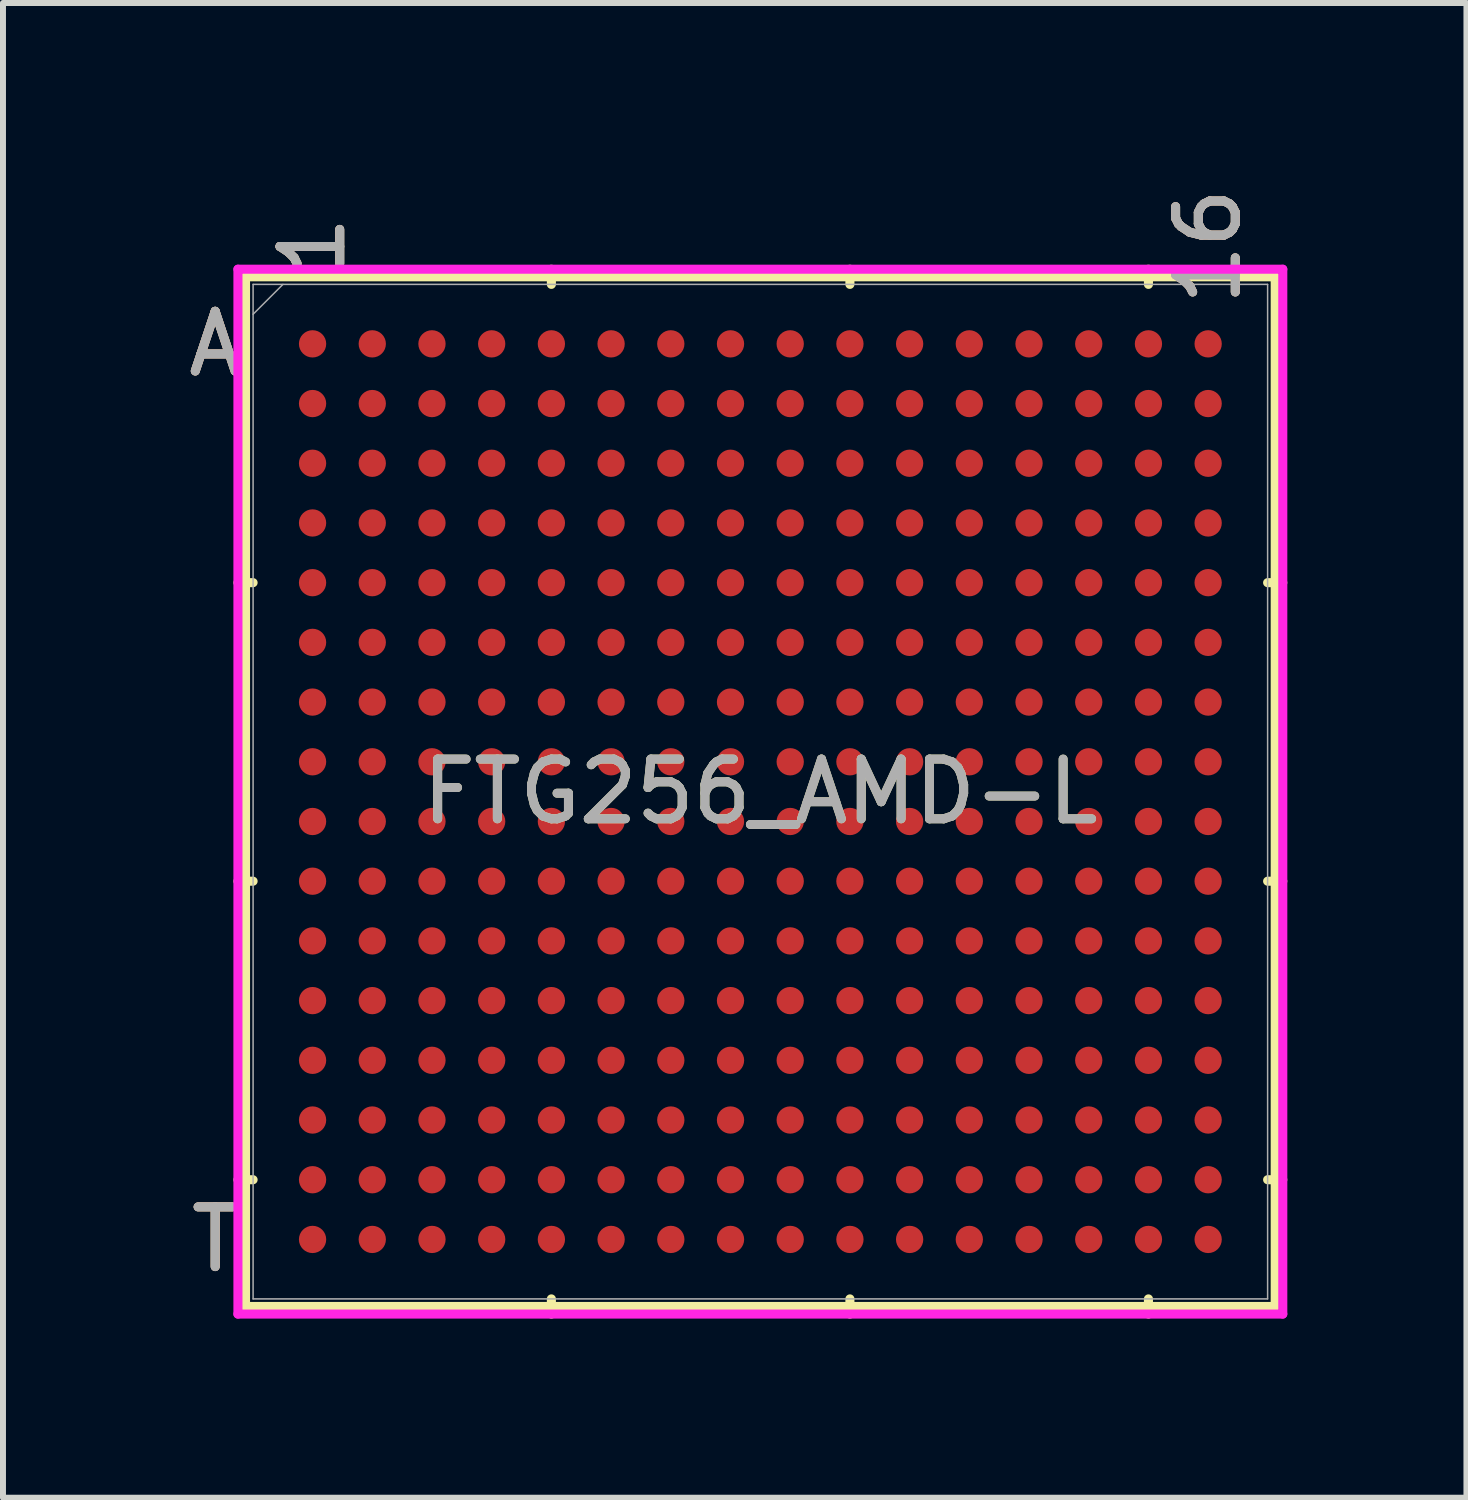
<source format=kicad_pcb>
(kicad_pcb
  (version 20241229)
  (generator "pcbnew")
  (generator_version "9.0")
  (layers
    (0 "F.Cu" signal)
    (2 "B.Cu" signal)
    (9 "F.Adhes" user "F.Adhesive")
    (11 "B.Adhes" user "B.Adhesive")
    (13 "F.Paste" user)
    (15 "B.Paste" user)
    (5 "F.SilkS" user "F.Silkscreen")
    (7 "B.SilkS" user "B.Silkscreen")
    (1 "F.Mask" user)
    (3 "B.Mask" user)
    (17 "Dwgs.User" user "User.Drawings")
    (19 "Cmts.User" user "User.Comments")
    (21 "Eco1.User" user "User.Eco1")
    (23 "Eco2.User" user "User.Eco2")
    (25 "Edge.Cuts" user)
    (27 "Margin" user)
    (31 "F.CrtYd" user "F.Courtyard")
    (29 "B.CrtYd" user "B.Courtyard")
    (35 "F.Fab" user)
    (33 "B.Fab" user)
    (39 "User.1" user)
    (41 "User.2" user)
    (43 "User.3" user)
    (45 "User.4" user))
  (footprint "FTG256_AMD-L"
    (layer "F.Cu")
    (at 9.685 10.209)
    (property "Reference" "FTG256_AMD-L" (at 0 0 0) (unlocked yes) (layer "F.SilkS") (effects (font (size 1 1) (thickness 0.15))))
    (attr smd)
    (fp_line (start -8.623 -8.623) (end -8.623 8.623) (stroke (width 0.152) (type solid)) (layer "F.SilkS"))
    (fp_line (start -8.623 8.623) (end 8.623 8.623) (stroke (width 0.152) (type solid)) (layer "F.SilkS"))
    (fp_line (start -8.496 -3.5) (end -8.75 -3.5) (stroke (width 0.152) (type solid)) (layer "F.SilkS"))
    (fp_line (start -8.496 1.5) (end -8.75 1.5) (stroke (width 0.152) (type solid)) (layer "F.SilkS"))
    (fp_line (start -8.496 6.5) (end -8.75 6.5) (stroke (width 0.152) (type solid)) (layer "F.SilkS"))
    (fp_line (start -3.5 -8.496) (end -3.5 -8.75) (stroke (width 0.152) (type solid)) (layer "F.SilkS"))
    (fp_line (start -3.5 8.496) (end -3.5 8.75) (stroke (width 0.152) (type solid)) (layer "F.SilkS"))
    (fp_line (start 1.5 -8.496) (end 1.5 -8.75) (stroke (width 0.152) (type solid)) (layer "F.SilkS"))
    (fp_line (start 1.5 8.496) (end 1.5 8.75) (stroke (width 0.152) (type solid)) (layer "F.SilkS"))
    (fp_line (start 6.5 -8.496) (end 6.5 -8.75) (stroke (width 0.152) (type solid)) (layer "F.SilkS"))
    (fp_line (start 6.5 8.496) (end 6.5 8.75) (stroke (width 0.152) (type solid)) (layer "F.SilkS"))
    (fp_line (start 8.496 -3.5) (end 8.75 -3.5) (stroke (width 0.152) (type solid)) (layer "F.SilkS"))
    (fp_line (start 8.496 1.5) (end 8.75 1.5) (stroke (width 0.152) (type solid)) (layer "F.SilkS"))
    (fp_line (start 8.496 6.5) (end 8.75 6.5) (stroke (width 0.152) (type solid)) (layer "F.SilkS"))
    (fp_line (start 8.623 -8.623) (end -8.623 -8.623) (stroke (width 0.152) (type solid)) (layer "F.SilkS"))
    (fp_line (start 8.623 8.623) (end 8.623 -8.623) (stroke (width 0.152) (type solid)) (layer "F.SilkS"))
    (fp_poly (pts (xy -8.508 -8.508) (xy 8.508 -8.508) (xy 8.508 8.508) (xy -8.508 8.508)) (stroke (width 0.1) (type solid)) (fill no) (layer "Eco2.User"))
    (fp_line (start -8.75 -8.75) (end 8.75 -8.75) (stroke (width 0.152) (type solid)) (layer "F.CrtYd"))
    (fp_line (start -8.75 8.75) (end -8.75 -8.75) (stroke (width 0.152) (type solid)) (layer "F.CrtYd"))
    (fp_line (start 8.75 -8.75) (end 8.75 8.75) (stroke (width 0.152) (type solid)) (layer "F.CrtYd"))
    (fp_line (start 8.75 8.75) (end -8.75 8.75) (stroke (width 0.152) (type solid)) (layer "F.CrtYd"))
    (fp_line (start -8.496 -8.496) (end -8.496 8.496) (stroke (width 0.025) (type solid)) (layer "F.Fab"))
    (fp_line (start -8.496 8.496) (end 8.496 8.496) (stroke (width 0.025) (type solid)) (layer "F.Fab"))
    (fp_line (start -7.996 -8.496) (end -8.496 -7.996) (stroke (width 0.025) (type solid)) (layer "F.Fab"))
    (fp_line (start 8.496 -8.496) (end -8.496 -8.496) (stroke (width 0.025) (type solid)) (layer "F.Fab"))
    (fp_line (start 8.496 8.496) (end 8.496 -8.496) (stroke (width 0.025) (type solid)) (layer "F.Fab"))
    (fp_text user "T" (at -9.131 7.5 0) (unlocked yes) (layer "F.SilkS") (effects (font (size 1 1) (thickness 0.15))))
    (fp_text user "16" (at 7.5 -9.131 90) (unlocked yes) (layer "F.SilkS") (effects (font (size 1 1) (thickness 0.15))))
    (fp_text user "1" (at -7.5 -9.131 90) (unlocked yes) (layer "F.SilkS") (effects (font (size 1 1) (thickness 0.15))))
    (fp_text user "A" (at -9.131 -7.5 0) (unlocked yes) (layer "F.SilkS") (effects (font (size 1 1) (thickness 0.15))))
    (fp_text user "1" (at -7.5 -9.131 90) (unlocked yes) (layer "B.SilkS") (effects (font (size 1 1) (thickness 0.15))))
    (fp_text user "T" (at -9.131 7.5 0) (unlocked yes) (layer "B.SilkS") (effects (font (size 1 1) (thickness 0.15))))
    (fp_text user "A" (at -9.131 -7.5 0) (unlocked yes) (layer "B.SilkS") (effects (font (size 1 1) (thickness 0.15))))
    (fp_text user "16" (at 7.5 -9.131 90) (unlocked yes) (layer "B.SilkS") (effects (font (size 1 1) (thickness 0.15))))
    (fp_text user "1" (at -7.5 -9.131 90) (unlocked yes) (layer "F.Fab") (effects (font (size 1 1) (thickness 0.15))))
    (fp_text user "A" (at -9.131 -7.5 0) (unlocked yes) (layer "F.Fab") (effects (font (size 1 1) (thickness 0.15))))
    (fp_text user "T" (at -9.131 7.5 0) (unlocked yes) (layer "F.Fab") (effects (font (size 1 1) (thickness 0.15))))
    (fp_text user "16" (at 7.5 -9.131 90) (unlocked yes) (layer "F.Fab") (effects (font (size 1 1) (thickness 0.15))))
    (fp_text user "${REFERENCE}" (at 0 0 0) (unlocked yes) (layer "F.Fab") (effects (font (size 1 1) (thickness 0.15))))
    (pad "A1" smd circle (at -7.5 -7.5) (size 0.457 0.457) (layers "F.Cu" "F.Mask" "F.Paste"))
    (pad "A2" smd circle (at -6.5 -7.5) (size 0.457 0.457) (layers "F.Cu" "F.Mask" "F.Paste"))
    (pad "A3" smd circle (at -5.5 -7.5) (size 0.457 0.457) (layers "F.Cu" "F.Mask" "F.Paste"))
    (pad "A4" smd circle (at -4.5 -7.5) (size 0.457 0.457) (layers "F.Cu" "F.Mask" "F.Paste"))
    (pad "A5" smd circle (at -3.5 -7.5) (size 0.457 0.457) (layers "F.Cu" "F.Mask" "F.Paste"))
    (pad "A6" smd circle (at -2.5 -7.5) (size 0.457 0.457) (layers "F.Cu" "F.Mask" "F.Paste"))
    (pad "A7" smd circle (at -1.5 -7.5) (size 0.457 0.457) (layers "F.Cu" "F.Mask" "F.Paste"))
    (pad "A8" smd circle (at -0.5 -7.5) (size 0.457 0.457) (layers "F.Cu" "F.Mask" "F.Paste"))
    (pad "A9" smd circle (at 0.5 -7.5) (size 0.457 0.457) (layers "F.Cu" "F.Mask" "F.Paste"))
    (pad "A10" smd circle (at 1.5 -7.5) (size 0.457 0.457) (layers "F.Cu" "F.Mask" "F.Paste"))
    (pad "A11" smd circle (at 2.5 -7.5) (size 0.457 0.457) (layers "F.Cu" "F.Mask" "F.Paste"))
    (pad "A12" smd circle (at 3.5 -7.5) (size 0.457 0.457) (layers "F.Cu" "F.Mask" "F.Paste"))
    (pad "A13" smd circle (at 4.5 -7.5) (size 0.457 0.457) (layers "F.Cu" "F.Mask" "F.Paste"))
    (pad "A14" smd circle (at 5.5 -7.5) (size 0.457 0.457) (layers "F.Cu" "F.Mask" "F.Paste"))
    (pad "A15" smd circle (at 6.5 -7.5) (size 0.457 0.457) (layers "F.Cu" "F.Mask" "F.Paste"))
    (pad "A16" smd circle (at 7.5 -7.5) (size 0.457 0.457) (layers "F.Cu" "F.Mask" "F.Paste"))
    (pad "B1" smd circle (at -7.5 -6.5) (size 0.457 0.457) (layers "F.Cu" "F.Mask" "F.Paste"))
    (pad "B2" smd circle (at -6.5 -6.5) (size 0.457 0.457) (layers "F.Cu" "F.Mask" "F.Paste"))
    (pad "B3" smd circle (at -5.5 -6.5) (size 0.457 0.457) (layers "F.Cu" "F.Mask" "F.Paste"))
    (pad "B4" smd circle (at -4.5 -6.5) (size 0.457 0.457) (layers "F.Cu" "F.Mask" "F.Paste"))
    (pad "B5" smd circle (at -3.5 -6.5) (size 0.457 0.457) (layers "F.Cu" "F.Mask" "F.Paste"))
    (pad "B6" smd circle (at -2.5 -6.5) (size 0.457 0.457) (layers "F.Cu" "F.Mask" "F.Paste"))
    (pad "B7" smd circle (at -1.5 -6.5) (size 0.457 0.457) (layers "F.Cu" "F.Mask" "F.Paste"))
    (pad "B8" smd circle (at -0.5 -6.5) (size 0.457 0.457) (layers "F.Cu" "F.Mask" "F.Paste"))
    (pad "B9" smd circle (at 0.5 -6.5) (size 0.457 0.457) (layers "F.Cu" "F.Mask" "F.Paste"))
    (pad "B10" smd circle (at 1.5 -6.5) (size 0.457 0.457) (layers "F.Cu" "F.Mask" "F.Paste"))
    (pad "B11" smd circle (at 2.5 -6.5) (size 0.457 0.457) (layers "F.Cu" "F.Mask" "F.Paste"))
    (pad "B12" smd circle (at 3.5 -6.5) (size 0.457 0.457) (layers "F.Cu" "F.Mask" "F.Paste"))
    (pad "B13" smd circle (at 4.5 -6.5) (size 0.457 0.457) (layers "F.Cu" "F.Mask" "F.Paste"))
    (pad "B14" smd circle (at 5.5 -6.5) (size 0.457 0.457) (layers "F.Cu" "F.Mask" "F.Paste"))
    (pad "B15" smd circle (at 6.5 -6.5) (size 0.457 0.457) (layers "F.Cu" "F.Mask" "F.Paste"))
    (pad "B16" smd circle (at 7.5 -6.5) (size 0.457 0.457) (layers "F.Cu" "F.Mask" "F.Paste"))
    (pad "C1" smd circle (at -7.5 -5.5) (size 0.457 0.457) (layers "F.Cu" "F.Mask" "F.Paste"))
    (pad "C2" smd circle (at -6.5 -5.5) (size 0.457 0.457) (layers "F.Cu" "F.Mask" "F.Paste"))
    (pad "C3" smd circle (at -5.5 -5.5) (size 0.457 0.457) (layers "F.Cu" "F.Mask" "F.Paste"))
    (pad "C4" smd circle (at -4.5 -5.5) (size 0.457 0.457) (layers "F.Cu" "F.Mask" "F.Paste"))
    (pad "C5" smd circle (at -3.5 -5.5) (size 0.457 0.457) (layers "F.Cu" "F.Mask" "F.Paste"))
    (pad "C6" smd circle (at -2.5 -5.5) (size 0.457 0.457) (layers "F.Cu" "F.Mask" "F.Paste"))
    (pad "C7" smd circle (at -1.5 -5.5) (size 0.457 0.457) (layers "F.Cu" "F.Mask" "F.Paste"))
    (pad "C8" smd circle (at -0.5 -5.5) (size 0.457 0.457) (layers "F.Cu" "F.Mask" "F.Paste"))
    (pad "C9" smd circle (at 0.5 -5.5) (size 0.457 0.457) (layers "F.Cu" "F.Mask" "F.Paste"))
    (pad "C10" smd circle (at 1.5 -5.5) (size 0.457 0.457) (layers "F.Cu" "F.Mask" "F.Paste"))
    (pad "C11" smd circle (at 2.5 -5.5) (size 0.457 0.457) (layers "F.Cu" "F.Mask" "F.Paste"))
    (pad "C12" smd circle (at 3.5 -5.5) (size 0.457 0.457) (layers "F.Cu" "F.Mask" "F.Paste"))
    (pad "C13" smd circle (at 4.5 -5.5) (size 0.457 0.457) (layers "F.Cu" "F.Mask" "F.Paste"))
    (pad "C14" smd circle (at 5.5 -5.5) (size 0.457 0.457) (layers "F.Cu" "F.Mask" "F.Paste"))
    (pad "C15" smd circle (at 6.5 -5.5) (size 0.457 0.457) (layers "F.Cu" "F.Mask" "F.Paste"))
    (pad "C16" smd circle (at 7.5 -5.5) (size 0.457 0.457) (layers "F.Cu" "F.Mask" "F.Paste"))
    (pad "D1" smd circle (at -7.5 -4.5) (size 0.457 0.457) (layers "F.Cu" "F.Mask" "F.Paste"))
    (pad "D2" smd circle (at -6.5 -4.5) (size 0.457 0.457) (layers "F.Cu" "F.Mask" "F.Paste"))
    (pad "D3" smd circle (at -5.5 -4.5) (size 0.457 0.457) (layers "F.Cu" "F.Mask" "F.Paste"))
    (pad "D4" smd circle (at -4.5 -4.5) (size 0.457 0.457) (layers "F.Cu" "F.Mask" "F.Paste"))
    (pad "D5" smd circle (at -3.5 -4.5) (size 0.457 0.457) (layers "F.Cu" "F.Mask" "F.Paste"))
    (pad "D6" smd circle (at -2.5 -4.5) (size 0.457 0.457) (layers "F.Cu" "F.Mask" "F.Paste"))
    (pad "D7" smd circle (at -1.5 -4.5) (size 0.457 0.457) (layers "F.Cu" "F.Mask" "F.Paste"))
    (pad "D8" smd circle (at -0.5 -4.5) (size 0.457 0.457) (layers "F.Cu" "F.Mask" "F.Paste"))
    (pad "D9" smd circle (at 0.5 -4.5) (size 0.457 0.457) (layers "F.Cu" "F.Mask" "F.Paste"))
    (pad "D10" smd circle (at 1.5 -4.5) (size 0.457 0.457) (layers "F.Cu" "F.Mask" "F.Paste"))
    (pad "D11" smd circle (at 2.5 -4.5) (size 0.457 0.457) (layers "F.Cu" "F.Mask" "F.Paste"))
    (pad "D12" smd circle (at 3.5 -4.5) (size 0.457 0.457) (layers "F.Cu" "F.Mask" "F.Paste"))
    (pad "D13" smd circle (at 4.5 -4.5) (size 0.457 0.457) (layers "F.Cu" "F.Mask" "F.Paste"))
    (pad "D14" smd circle (at 5.5 -4.5) (size 0.457 0.457) (layers "F.Cu" "F.Mask" "F.Paste"))
    (pad "D15" smd circle (at 6.5 -4.5) (size 0.457 0.457) (layers "F.Cu" "F.Mask" "F.Paste"))
    (pad "D16" smd circle (at 7.5 -4.5) (size 0.457 0.457) (layers "F.Cu" "F.Mask" "F.Paste"))
    (pad "E1" smd circle (at -7.5 -3.5) (size 0.457 0.457) (layers "F.Cu" "F.Mask" "F.Paste"))
    (pad "E2" smd circle (at -6.5 -3.5) (size 0.457 0.457) (layers "F.Cu" "F.Mask" "F.Paste"))
    (pad "E3" smd circle (at -5.5 -3.5) (size 0.457 0.457) (layers "F.Cu" "F.Mask" "F.Paste"))
    (pad "E4" smd circle (at -4.5 -3.5) (size 0.457 0.457) (layers "F.Cu" "F.Mask" "F.Paste"))
    (pad "E5" smd circle (at -3.5 -3.5) (size 0.457 0.457) (layers "F.Cu" "F.Mask" "F.Paste"))
    (pad "E6" smd circle (at -2.5 -3.5) (size 0.457 0.457) (layers "F.Cu" "F.Mask" "F.Paste"))
    (pad "E7" smd circle (at -1.5 -3.5) (size 0.457 0.457) (layers "F.Cu" "F.Mask" "F.Paste"))
    (pad "E8" smd circle (at -0.5 -3.5) (size 0.457 0.457) (layers "F.Cu" "F.Mask" "F.Paste"))
    (pad "E9" smd circle (at 0.5 -3.5) (size 0.457 0.457) (layers "F.Cu" "F.Mask" "F.Paste"))
    (pad "E10" smd circle (at 1.5 -3.5) (size 0.457 0.457) (layers "F.Cu" "F.Mask" "F.Paste"))
    (pad "E11" smd circle (at 2.5 -3.5) (size 0.457 0.457) (layers "F.Cu" "F.Mask" "F.Paste"))
    (pad "E12" smd circle (at 3.5 -3.5) (size 0.457 0.457) (layers "F.Cu" "F.Mask" "F.Paste"))
    (pad "E13" smd circle (at 4.5 -3.5) (size 0.457 0.457) (layers "F.Cu" "F.Mask" "F.Paste"))
    (pad "E14" smd circle (at 5.5 -3.5) (size 0.457 0.457) (layers "F.Cu" "F.Mask" "F.Paste"))
    (pad "E15" smd circle (at 6.5 -3.5) (size 0.457 0.457) (layers "F.Cu" "F.Mask" "F.Paste"))
    (pad "E16" smd circle (at 7.5 -3.5) (size 0.457 0.457) (layers "F.Cu" "F.Mask" "F.Paste"))
    (pad "F1" smd circle (at -7.5 -2.5) (size 0.457 0.457) (layers "F.Cu" "F.Mask" "F.Paste"))
    (pad "F2" smd circle (at -6.5 -2.5) (size 0.457 0.457) (layers "F.Cu" "F.Mask" "F.Paste"))
    (pad "F3" smd circle (at -5.5 -2.5) (size 0.457 0.457) (layers "F.Cu" "F.Mask" "F.Paste"))
    (pad "F4" smd circle (at -4.5 -2.5) (size 0.457 0.457) (layers "F.Cu" "F.Mask" "F.Paste"))
    (pad "F5" smd circle (at -3.5 -2.5) (size 0.457 0.457) (layers "F.Cu" "F.Mask" "F.Paste"))
    (pad "F6" smd circle (at -2.5 -2.5) (size 0.457 0.457) (layers "F.Cu" "F.Mask" "F.Paste"))
    (pad "F7" smd circle (at -1.5 -2.5) (size 0.457 0.457) (layers "F.Cu" "F.Mask" "F.Paste"))
    (pad "F8" smd circle (at -0.5 -2.5) (size 0.457 0.457) (layers "F.Cu" "F.Mask" "F.Paste"))
    (pad "F9" smd circle (at 0.5 -2.5) (size 0.457 0.457) (layers "F.Cu" "F.Mask" "F.Paste"))
    (pad "F10" smd circle (at 1.5 -2.5) (size 0.457 0.457) (layers "F.Cu" "F.Mask" "F.Paste"))
    (pad "F11" smd circle (at 2.5 -2.5) (size 0.457 0.457) (layers "F.Cu" "F.Mask" "F.Paste"))
    (pad "F12" smd circle (at 3.5 -2.5) (size 0.457 0.457) (layers "F.Cu" "F.Mask" "F.Paste"))
    (pad "F13" smd circle (at 4.5 -2.5) (size 0.457 0.457) (layers "F.Cu" "F.Mask" "F.Paste"))
    (pad "F14" smd circle (at 5.5 -2.5) (size 0.457 0.457) (layers "F.Cu" "F.Mask" "F.Paste"))
    (pad "F15" smd circle (at 6.5 -2.5) (size 0.457 0.457) (layers "F.Cu" "F.Mask" "F.Paste"))
    (pad "F16" smd circle (at 7.5 -2.5) (size 0.457 0.457) (layers "F.Cu" "F.Mask" "F.Paste"))
    (pad "G1" smd circle (at -7.5 -1.5) (size 0.457 0.457) (layers "F.Cu" "F.Mask" "F.Paste"))
    (pad "G2" smd circle (at -6.5 -1.5) (size 0.457 0.457) (layers "F.Cu" "F.Mask" "F.Paste"))
    (pad "G3" smd circle (at -5.5 -1.5) (size 0.457 0.457) (layers "F.Cu" "F.Mask" "F.Paste"))
    (pad "G4" smd circle (at -4.5 -1.5) (size 0.457 0.457) (layers "F.Cu" "F.Mask" "F.Paste"))
    (pad "G5" smd circle (at -3.5 -1.5) (size 0.457 0.457) (layers "F.Cu" "F.Mask" "F.Paste"))
    (pad "G6" smd circle (at -2.5 -1.5) (size 0.457 0.457) (layers "F.Cu" "F.Mask" "F.Paste"))
    (pad "G7" smd circle (at -1.5 -1.5) (size 0.457 0.457) (layers "F.Cu" "F.Mask" "F.Paste"))
    (pad "G8" smd circle (at -0.5 -1.5) (size 0.457 0.457) (layers "F.Cu" "F.Mask" "F.Paste"))
    (pad "G9" smd circle (at 0.5 -1.5) (size 0.457 0.457) (layers "F.Cu" "F.Mask" "F.Paste"))
    (pad "G10" smd circle (at 1.5 -1.5) (size 0.457 0.457) (layers "F.Cu" "F.Mask" "F.Paste"))
    (pad "G11" smd circle (at 2.5 -1.5) (size 0.457 0.457) (layers "F.Cu" "F.Mask" "F.Paste"))
    (pad "G12" smd circle (at 3.5 -1.5) (size 0.457 0.457) (layers "F.Cu" "F.Mask" "F.Paste"))
    (pad "G13" smd circle (at 4.5 -1.5) (size 0.457 0.457) (layers "F.Cu" "F.Mask" "F.Paste"))
    (pad "G14" smd circle (at 5.5 -1.5) (size 0.457 0.457) (layers "F.Cu" "F.Mask" "F.Paste"))
    (pad "G15" smd circle (at 6.5 -1.5) (size 0.457 0.457) (layers "F.Cu" "F.Mask" "F.Paste"))
    (pad "G16" smd circle (at 7.5 -1.5) (size 0.457 0.457) (layers "F.Cu" "F.Mask" "F.Paste"))
    (pad "H1" smd circle (at -7.5 -0.5) (size 0.457 0.457) (layers "F.Cu" "F.Mask" "F.Paste"))
    (pad "H2" smd circle (at -6.5 -0.5) (size 0.457 0.457) (layers "F.Cu" "F.Mask" "F.Paste"))
    (pad "H3" smd circle (at -5.5 -0.5) (size 0.457 0.457) (layers "F.Cu" "F.Mask" "F.Paste"))
    (pad "H4" smd circle (at -4.5 -0.5) (size 0.457 0.457) (layers "F.Cu" "F.Mask" "F.Paste"))
    (pad "H5" smd circle (at -3.5 -0.5) (size 0.457 0.457) (layers "F.Cu" "F.Mask" "F.Paste"))
    (pad "H6" smd circle (at -2.5 -0.5) (size 0.457 0.457) (layers "F.Cu" "F.Mask" "F.Paste"))
    (pad "H7" smd circle (at -1.5 -0.5) (size 0.457 0.457) (layers "F.Cu" "F.Mask" "F.Paste"))
    (pad "H8" smd circle (at -0.5 -0.5) (size 0.457 0.457) (layers "F.Cu" "F.Mask" "F.Paste"))
    (pad "H9" smd circle (at 0.5 -0.5) (size 0.457 0.457) (layers "F.Cu" "F.Mask" "F.Paste"))
    (pad "H10" smd circle (at 1.5 -0.5) (size 0.457 0.457) (layers "F.Cu" "F.Mask" "F.Paste"))
    (pad "H11" smd circle (at 2.5 -0.5) (size 0.457 0.457) (layers "F.Cu" "F.Mask" "F.Paste"))
    (pad "H12" smd circle (at 3.5 -0.5) (size 0.457 0.457) (layers "F.Cu" "F.Mask" "F.Paste"))
    (pad "H13" smd circle (at 4.5 -0.5) (size 0.457 0.457) (layers "F.Cu" "F.Mask" "F.Paste"))
    (pad "H14" smd circle (at 5.5 -0.5) (size 0.457 0.457) (layers "F.Cu" "F.Mask" "F.Paste"))
    (pad "H15" smd circle (at 6.5 -0.5) (size 0.457 0.457) (layers "F.Cu" "F.Mask" "F.Paste"))
    (pad "H16" smd circle (at 7.5 -0.5) (size 0.457 0.457) (layers "F.Cu" "F.Mask" "F.Paste"))
    (pad "J1" smd circle (at -7.5 0.5) (size 0.457 0.457) (layers "F.Cu" "F.Mask" "F.Paste"))
    (pad "J2" smd circle (at -6.5 0.5) (size 0.457 0.457) (layers "F.Cu" "F.Mask" "F.Paste"))
    (pad "J3" smd circle (at -5.5 0.5) (size 0.457 0.457) (layers "F.Cu" "F.Mask" "F.Paste"))
    (pad "J4" smd circle (at -4.5 0.5) (size 0.457 0.457) (layers "F.Cu" "F.Mask" "F.Paste"))
    (pad "J5" smd circle (at -3.5 0.5) (size 0.457 0.457) (layers "F.Cu" "F.Mask" "F.Paste"))
    (pad "J6" smd circle (at -2.5 0.5) (size 0.457 0.457) (layers "F.Cu" "F.Mask" "F.Paste"))
    (pad "J7" smd circle (at -1.5 0.5) (size 0.457 0.457) (layers "F.Cu" "F.Mask" "F.Paste"))
    (pad "J8" smd circle (at -0.5 0.5) (size 0.457 0.457) (layers "F.Cu" "F.Mask" "F.Paste"))
    (pad "J9" smd circle (at 0.5 0.5) (size 0.457 0.457) (layers "F.Cu" "F.Mask" "F.Paste"))
    (pad "J10" smd circle (at 1.5 0.5) (size 0.457 0.457) (layers "F.Cu" "F.Mask" "F.Paste"))
    (pad "J11" smd circle (at 2.5 0.5) (size 0.457 0.457) (layers "F.Cu" "F.Mask" "F.Paste"))
    (pad "J12" smd circle (at 3.5 0.5) (size 0.457 0.457) (layers "F.Cu" "F.Mask" "F.Paste"))
    (pad "J13" smd circle (at 4.5 0.5) (size 0.457 0.457) (layers "F.Cu" "F.Mask" "F.Paste"))
    (pad "J14" smd circle (at 5.5 0.5) (size 0.457 0.457) (layers "F.Cu" "F.Mask" "F.Paste"))
    (pad "J15" smd circle (at 6.5 0.5) (size 0.457 0.457) (layers "F.Cu" "F.Mask" "F.Paste"))
    (pad "J16" smd circle (at 7.5 0.5) (size 0.457 0.457) (layers "F.Cu" "F.Mask" "F.Paste"))
    (pad "K1" smd circle (at -7.5 1.5) (size 0.457 0.457) (layers "F.Cu" "F.Mask" "F.Paste"))
    (pad "K2" smd circle (at -6.5 1.5) (size 0.457 0.457) (layers "F.Cu" "F.Mask" "F.Paste"))
    (pad "K3" smd circle (at -5.5 1.5) (size 0.457 0.457) (layers "F.Cu" "F.Mask" "F.Paste"))
    (pad "K4" smd circle (at -4.5 1.5) (size 0.457 0.457) (layers "F.Cu" "F.Mask" "F.Paste"))
    (pad "K5" smd circle (at -3.5 1.5) (size 0.457 0.457) (layers "F.Cu" "F.Mask" "F.Paste"))
    (pad "K6" smd circle (at -2.5 1.5) (size 0.457 0.457) (layers "F.Cu" "F.Mask" "F.Paste"))
    (pad "K7" smd circle (at -1.5 1.5) (size 0.457 0.457) (layers "F.Cu" "F.Mask" "F.Paste"))
    (pad "K8" smd circle (at -0.5 1.5) (size 0.457 0.457) (layers "F.Cu" "F.Mask" "F.Paste"))
    (pad "K9" smd circle (at 0.5 1.5) (size 0.457 0.457) (layers "F.Cu" "F.Mask" "F.Paste"))
    (pad "K10" smd circle (at 1.5 1.5) (size 0.457 0.457) (layers "F.Cu" "F.Mask" "F.Paste"))
    (pad "K11" smd circle (at 2.5 1.5) (size 0.457 0.457) (layers "F.Cu" "F.Mask" "F.Paste"))
    (pad "K12" smd circle (at 3.5 1.5) (size 0.457 0.457) (layers "F.Cu" "F.Mask" "F.Paste"))
    (pad "K13" smd circle (at 4.5 1.5) (size 0.457 0.457) (layers "F.Cu" "F.Mask" "F.Paste"))
    (pad "K14" smd circle (at 5.5 1.5) (size 0.457 0.457) (layers "F.Cu" "F.Mask" "F.Paste"))
    (pad "K15" smd circle (at 6.5 1.5) (size 0.457 0.457) (layers "F.Cu" "F.Mask" "F.Paste"))
    (pad "K16" smd circle (at 7.5 1.5) (size 0.457 0.457) (layers "F.Cu" "F.Mask" "F.Paste"))
    (pad "L1" smd circle (at -7.5 2.5) (size 0.457 0.457) (layers "F.Cu" "F.Mask" "F.Paste"))
    (pad "L2" smd circle (at -6.5 2.5) (size 0.457 0.457) (layers "F.Cu" "F.Mask" "F.Paste"))
    (pad "L3" smd circle (at -5.5 2.5) (size 0.457 0.457) (layers "F.Cu" "F.Mask" "F.Paste"))
    (pad "L4" smd circle (at -4.5 2.5) (size 0.457 0.457) (layers "F.Cu" "F.Mask" "F.Paste"))
    (pad "L5" smd circle (at -3.5 2.5) (size 0.457 0.457) (layers "F.Cu" "F.Mask" "F.Paste"))
    (pad "L6" smd circle (at -2.5 2.5) (size 0.457 0.457) (layers "F.Cu" "F.Mask" "F.Paste"))
    (pad "L7" smd circle (at -1.5 2.5) (size 0.457 0.457) (layers "F.Cu" "F.Mask" "F.Paste"))
    (pad "L8" smd circle (at -0.5 2.5) (size 0.457 0.457) (layers "F.Cu" "F.Mask" "F.Paste"))
    (pad "L9" smd circle (at 0.5 2.5) (size 0.457 0.457) (layers "F.Cu" "F.Mask" "F.Paste"))
    (pad "L10" smd circle (at 1.5 2.5) (size 0.457 0.457) (layers "F.Cu" "F.Mask" "F.Paste"))
    (pad "L11" smd circle (at 2.5 2.5) (size 0.457 0.457) (layers "F.Cu" "F.Mask" "F.Paste"))
    (pad "L12" smd circle (at 3.5 2.5) (size 0.457 0.457) (layers "F.Cu" "F.Mask" "F.Paste"))
    (pad "L13" smd circle (at 4.5 2.5) (size 0.457 0.457) (layers "F.Cu" "F.Mask" "F.Paste"))
    (pad "L14" smd circle (at 5.5 2.5) (size 0.457 0.457) (layers "F.Cu" "F.Mask" "F.Paste"))
    (pad "L15" smd circle (at 6.5 2.5) (size 0.457 0.457) (layers "F.Cu" "F.Mask" "F.Paste"))
    (pad "L16" smd circle (at 7.5 2.5) (size 0.457 0.457) (layers "F.Cu" "F.Mask" "F.Paste"))
    (pad "M1" smd circle (at -7.5 3.5) (size 0.457 0.457) (layers "F.Cu" "F.Mask" "F.Paste"))
    (pad "M2" smd circle (at -6.5 3.5) (size 0.457 0.457) (layers "F.Cu" "F.Mask" "F.Paste"))
    (pad "M3" smd circle (at -5.5 3.5) (size 0.457 0.457) (layers "F.Cu" "F.Mask" "F.Paste"))
    (pad "M4" smd circle (at -4.5 3.5) (size 0.457 0.457) (layers "F.Cu" "F.Mask" "F.Paste"))
    (pad "M5" smd circle (at -3.5 3.5) (size 0.457 0.457) (layers "F.Cu" "F.Mask" "F.Paste"))
    (pad "M6" smd circle (at -2.5 3.5) (size 0.457 0.457) (layers "F.Cu" "F.Mask" "F.Paste"))
    (pad "M7" smd circle (at -1.5 3.5) (size 0.457 0.457) (layers "F.Cu" "F.Mask" "F.Paste"))
    (pad "M8" smd circle (at -0.5 3.5) (size 0.457 0.457) (layers "F.Cu" "F.Mask" "F.Paste"))
    (pad "M9" smd circle (at 0.5 3.5) (size 0.457 0.457) (layers "F.Cu" "F.Mask" "F.Paste"))
    (pad "M10" smd circle (at 1.5 3.5) (size 0.457 0.457) (layers "F.Cu" "F.Mask" "F.Paste"))
    (pad "M11" smd circle (at 2.5 3.5) (size 0.457 0.457) (layers "F.Cu" "F.Mask" "F.Paste"))
    (pad "M12" smd circle (at 3.5 3.5) (size 0.457 0.457) (layers "F.Cu" "F.Mask" "F.Paste"))
    (pad "M13" smd circle (at 4.5 3.5) (size 0.457 0.457) (layers "F.Cu" "F.Mask" "F.Paste"))
    (pad "M14" smd circle (at 5.5 3.5) (size 0.457 0.457) (layers "F.Cu" "F.Mask" "F.Paste"))
    (pad "M15" smd circle (at 6.5 3.5) (size 0.457 0.457) (layers "F.Cu" "F.Mask" "F.Paste"))
    (pad "M16" smd circle (at 7.5 3.5) (size 0.457 0.457) (layers "F.Cu" "F.Mask" "F.Paste"))
    (pad "N1" smd circle (at -7.5 4.5) (size 0.457 0.457) (layers "F.Cu" "F.Mask" "F.Paste"))
    (pad "N2" smd circle (at -6.5 4.5) (size 0.457 0.457) (layers "F.Cu" "F.Mask" "F.Paste"))
    (pad "N3" smd circle (at -5.5 4.5) (size 0.457 0.457) (layers "F.Cu" "F.Mask" "F.Paste"))
    (pad "N4" smd circle (at -4.5 4.5) (size 0.457 0.457) (layers "F.Cu" "F.Mask" "F.Paste"))
    (pad "N5" smd circle (at -3.5 4.5) (size 0.457 0.457) (layers "F.Cu" "F.Mask" "F.Paste"))
    (pad "N6" smd circle (at -2.5 4.5) (size 0.457 0.457) (layers "F.Cu" "F.Mask" "F.Paste"))
    (pad "N7" smd circle (at -1.5 4.5) (size 0.457 0.457) (layers "F.Cu" "F.Mask" "F.Paste"))
    (pad "N8" smd circle (at -0.5 4.5) (size 0.457 0.457) (layers "F.Cu" "F.Mask" "F.Paste"))
    (pad "N9" smd circle (at 0.5 4.5) (size 0.457 0.457) (layers "F.Cu" "F.Mask" "F.Paste"))
    (pad "N10" smd circle (at 1.5 4.5) (size 0.457 0.457) (layers "F.Cu" "F.Mask" "F.Paste"))
    (pad "N11" smd circle (at 2.5 4.5) (size 0.457 0.457) (layers "F.Cu" "F.Mask" "F.Paste"))
    (pad "N12" smd circle (at 3.5 4.5) (size 0.457 0.457) (layers "F.Cu" "F.Mask" "F.Paste"))
    (pad "N13" smd circle (at 4.5 4.5) (size 0.457 0.457) (layers "F.Cu" "F.Mask" "F.Paste"))
    (pad "N14" smd circle (at 5.5 4.5) (size 0.457 0.457) (layers "F.Cu" "F.Mask" "F.Paste"))
    (pad "N15" smd circle (at 6.5 4.5) (size 0.457 0.457) (layers "F.Cu" "F.Mask" "F.Paste"))
    (pad "N16" smd circle (at 7.5 4.5) (size 0.457 0.457) (layers "F.Cu" "F.Mask" "F.Paste"))
    (pad "P1" smd circle (at -7.5 5.5) (size 0.457 0.457) (layers "F.Cu" "F.Mask" "F.Paste"))
    (pad "P2" smd circle (at -6.5 5.5) (size 0.457 0.457) (layers "F.Cu" "F.Mask" "F.Paste"))
    (pad "P3" smd circle (at -5.5 5.5) (size 0.457 0.457) (layers "F.Cu" "F.Mask" "F.Paste"))
    (pad "P4" smd circle (at -4.5 5.5) (size 0.457 0.457) (layers "F.Cu" "F.Mask" "F.Paste"))
    (pad "P5" smd circle (at -3.5 5.5) (size 0.457 0.457) (layers "F.Cu" "F.Mask" "F.Paste"))
    (pad "P6" smd circle (at -2.5 5.5) (size 0.457 0.457) (layers "F.Cu" "F.Mask" "F.Paste"))
    (pad "P7" smd circle (at -1.5 5.5) (size 0.457 0.457) (layers "F.Cu" "F.Mask" "F.Paste"))
    (pad "P8" smd circle (at -0.5 5.5) (size 0.457 0.457) (layers "F.Cu" "F.Mask" "F.Paste"))
    (pad "P9" smd circle (at 0.5 5.5) (size 0.457 0.457) (layers "F.Cu" "F.Mask" "F.Paste"))
    (pad "P10" smd circle (at 1.5 5.5) (size 0.457 0.457) (layers "F.Cu" "F.Mask" "F.Paste"))
    (pad "P11" smd circle (at 2.5 5.5) (size 0.457 0.457) (layers "F.Cu" "F.Mask" "F.Paste"))
    (pad "P12" smd circle (at 3.5 5.5) (size 0.457 0.457) (layers "F.Cu" "F.Mask" "F.Paste"))
    (pad "P13" smd circle (at 4.5 5.5) (size 0.457 0.457) (layers "F.Cu" "F.Mask" "F.Paste"))
    (pad "P14" smd circle (at 5.5 5.5) (size 0.457 0.457) (layers "F.Cu" "F.Mask" "F.Paste"))
    (pad "P15" smd circle (at 6.5 5.5) (size 0.457 0.457) (layers "F.Cu" "F.Mask" "F.Paste"))
    (pad "P16" smd circle (at 7.5 5.5) (size 0.457 0.457) (layers "F.Cu" "F.Mask" "F.Paste"))
    (pad "R1" smd circle (at -7.5 6.5) (size 0.457 0.457) (layers "F.Cu" "F.Mask" "F.Paste"))
    (pad "R2" smd circle (at -6.5 6.5) (size 0.457 0.457) (layers "F.Cu" "F.Mask" "F.Paste"))
    (pad "R3" smd circle (at -5.5 6.5) (size 0.457 0.457) (layers "F.Cu" "F.Mask" "F.Paste"))
    (pad "R4" smd circle (at -4.5 6.5) (size 0.457 0.457) (layers "F.Cu" "F.Mask" "F.Paste"))
    (pad "R5" smd circle (at -3.5 6.5) (size 0.457 0.457) (layers "F.Cu" "F.Mask" "F.Paste"))
    (pad "R6" smd circle (at -2.5 6.5) (size 0.457 0.457) (layers "F.Cu" "F.Mask" "F.Paste"))
    (pad "R7" smd circle (at -1.5 6.5) (size 0.457 0.457) (layers "F.Cu" "F.Mask" "F.Paste"))
    (pad "R8" smd circle (at -0.5 6.5) (size 0.457 0.457) (layers "F.Cu" "F.Mask" "F.Paste"))
    (pad "R9" smd circle (at 0.5 6.5) (size 0.457 0.457) (layers "F.Cu" "F.Mask" "F.Paste"))
    (pad "R10" smd circle (at 1.5 6.5) (size 0.457 0.457) (layers "F.Cu" "F.Mask" "F.Paste"))
    (pad "R11" smd circle (at 2.5 6.5) (size 0.457 0.457) (layers "F.Cu" "F.Mask" "F.Paste"))
    (pad "R12" smd circle (at 3.5 6.5) (size 0.457 0.457) (layers "F.Cu" "F.Mask" "F.Paste"))
    (pad "R13" smd circle (at 4.5 6.5) (size 0.457 0.457) (layers "F.Cu" "F.Mask" "F.Paste"))
    (pad "R14" smd circle (at 5.5 6.5) (size 0.457 0.457) (layers "F.Cu" "F.Mask" "F.Paste"))
    (pad "R15" smd circle (at 6.5 6.5) (size 0.457 0.457) (layers "F.Cu" "F.Mask" "F.Paste"))
    (pad "R16" smd circle (at 7.5 6.5) (size 0.457 0.457) (layers "F.Cu" "F.Mask" "F.Paste"))
    (pad "T1" smd circle (at -7.5 7.5) (size 0.457 0.457) (layers "F.Cu" "F.Mask" "F.Paste"))
    (pad "T2" smd circle (at -6.5 7.5) (size 0.457 0.457) (layers "F.Cu" "F.Mask" "F.Paste"))
    (pad "T3" smd circle (at -5.5 7.5) (size 0.457 0.457) (layers "F.Cu" "F.Mask" "F.Paste"))
    (pad "T4" smd circle (at -4.5 7.5) (size 0.457 0.457) (layers "F.Cu" "F.Mask" "F.Paste"))
    (pad "T5" smd circle (at -3.5 7.5) (size 0.457 0.457) (layers "F.Cu" "F.Mask" "F.Paste"))
    (pad "T6" smd circle (at -2.5 7.5) (size 0.457 0.457) (layers "F.Cu" "F.Mask" "F.Paste"))
    (pad "T7" smd circle (at -1.5 7.5) (size 0.457 0.457) (layers "F.Cu" "F.Mask" "F.Paste"))
    (pad "T8" smd circle (at -0.5 7.5) (size 0.457 0.457) (layers "F.Cu" "F.Mask" "F.Paste"))
    (pad "T9" smd circle (at 0.5 7.5) (size 0.457 0.457) (layers "F.Cu" "F.Mask" "F.Paste"))
    (pad "T10" smd circle (at 1.5 7.5) (size 0.457 0.457) (layers "F.Cu" "F.Mask" "F.Paste"))
    (pad "T11" smd circle (at 2.5 7.5) (size 0.457 0.457) (layers "F.Cu" "F.Mask" "F.Paste"))
    (pad "T12" smd circle (at 3.5 7.5) (size 0.457 0.457) (layers "F.Cu" "F.Mask" "F.Paste"))
    (pad "T13" smd circle (at 4.5 7.5) (size 0.457 0.457) (layers "F.Cu" "F.Mask" "F.Paste"))
    (pad "T14" smd circle (at 5.5 7.5) (size 0.457 0.457) (layers "F.Cu" "F.Mask" "F.Paste"))
    (pad "T15" smd circle (at 6.5 7.5) (size 0.457 0.457) (layers "F.Cu" "F.Mask" "F.Paste"))
    (pad "T16" smd circle (at 7.5 7.5) (size 0.457 0.457) (layers "F.Cu" "F.Mask" "F.Paste")))
  (gr_rect
    (start -3 -3)
    (end 21.511 22.035)
    (stroke (width 0.1) (type default))
    (fill no)
    (layer "Edge.Cuts")))
</source>
